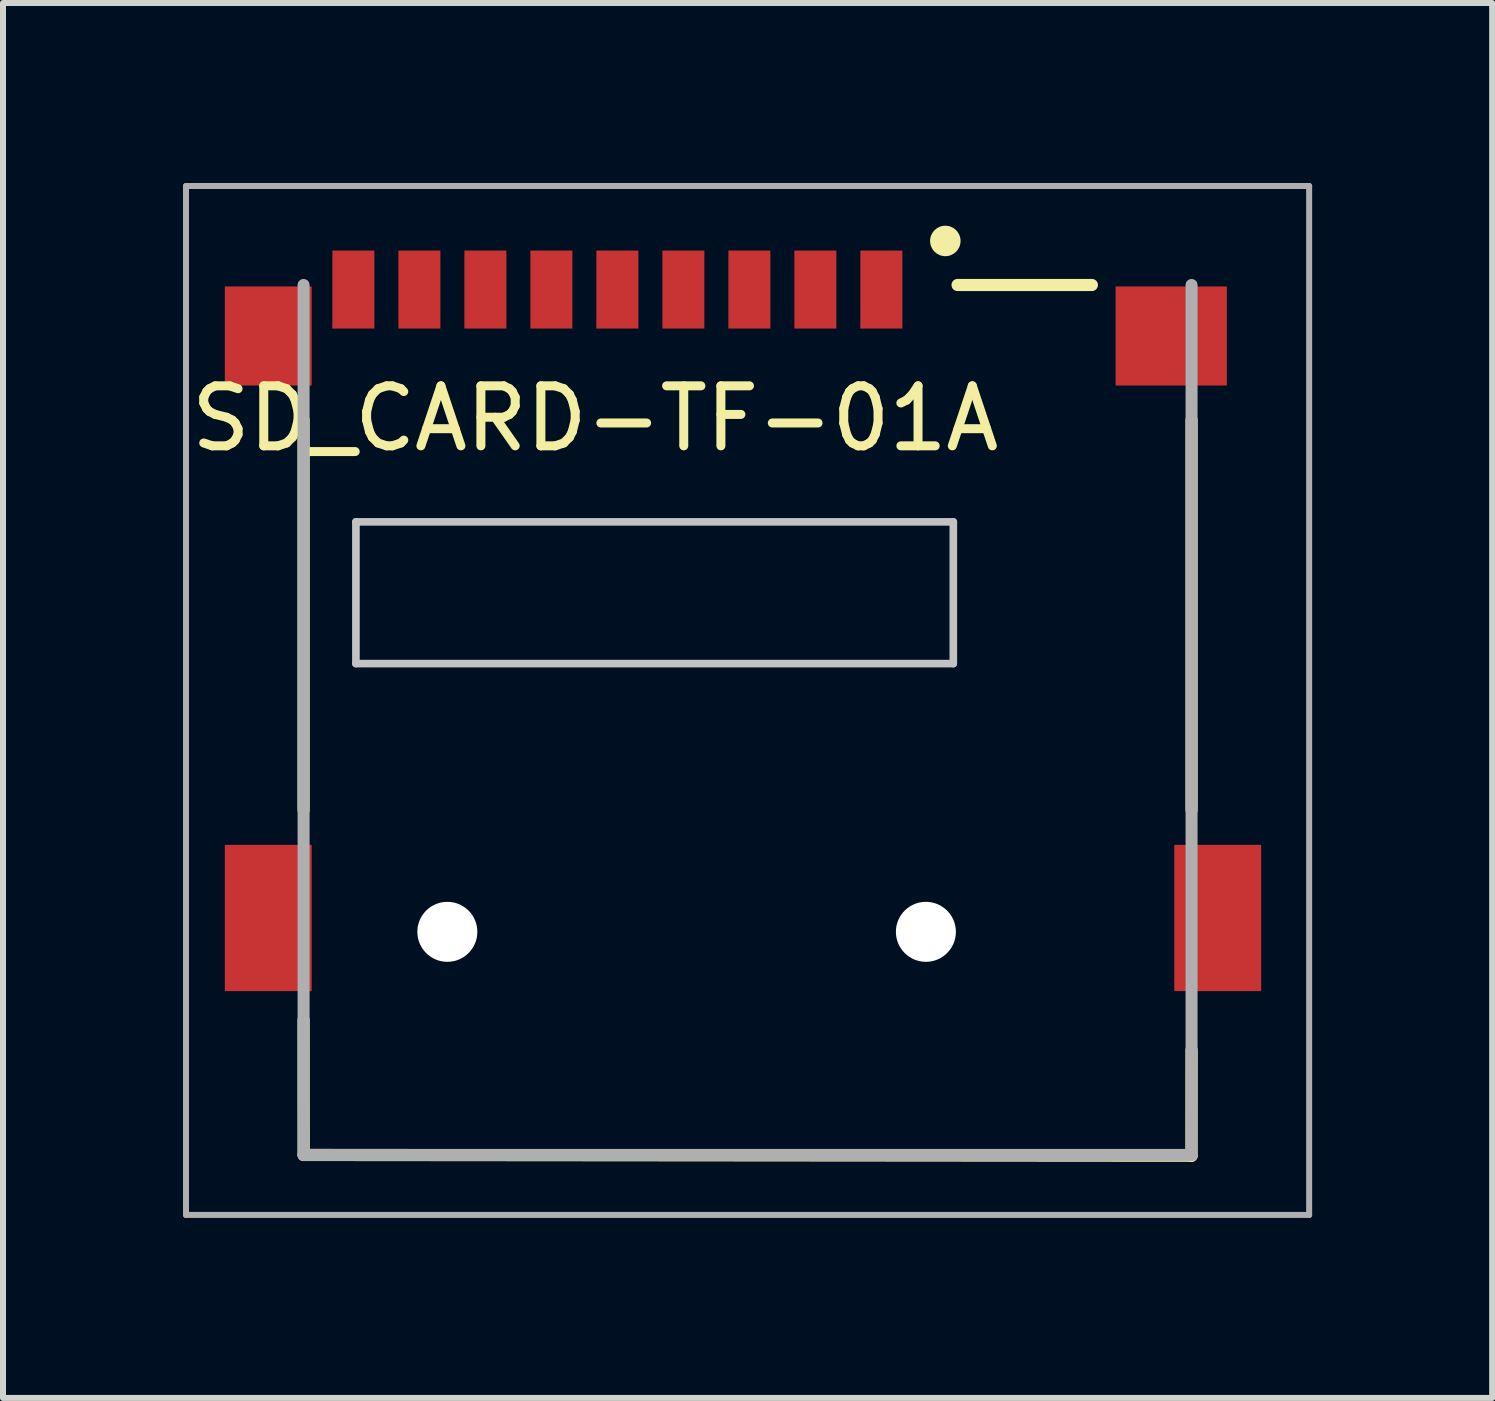
<source format=kicad_pcb>
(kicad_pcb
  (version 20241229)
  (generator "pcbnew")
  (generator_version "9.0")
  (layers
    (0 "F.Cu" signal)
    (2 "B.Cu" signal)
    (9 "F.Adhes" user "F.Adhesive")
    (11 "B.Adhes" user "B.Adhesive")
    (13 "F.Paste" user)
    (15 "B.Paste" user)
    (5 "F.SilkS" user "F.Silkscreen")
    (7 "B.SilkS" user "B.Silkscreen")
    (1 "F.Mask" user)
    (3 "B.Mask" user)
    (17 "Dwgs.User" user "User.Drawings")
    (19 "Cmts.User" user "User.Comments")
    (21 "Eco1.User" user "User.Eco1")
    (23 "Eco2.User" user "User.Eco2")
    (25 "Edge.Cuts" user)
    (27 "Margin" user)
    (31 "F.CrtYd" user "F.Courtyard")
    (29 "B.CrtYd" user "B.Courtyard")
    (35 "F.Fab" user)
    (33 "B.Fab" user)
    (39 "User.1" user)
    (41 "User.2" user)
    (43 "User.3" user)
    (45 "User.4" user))
  (footprint "SD_CARD-TF-01A"
    (layer "F.Cu")
    (at 9.41 8.95)
    (property "Reference" "SD_CARD-TF-01A" (at -2.54 -5.024 0) (layer "F.SilkS") (effects (font (size 1 1) (thickness 0.15))))
    (attr smd)
    (fp_line (start -7.4 -5) (end -7.4 1.5) (stroke (width 0.203) (type solid)) (layer "F.SilkS"))
    (fp_line (start -7.4 5) (end -7.399 7.25) (stroke (width 0.203) (type solid)) (layer "F.SilkS"))
    (fp_line (start -7.399 7.25) (end 7.399 7.263) (stroke (width 0.203) (type solid)) (layer "F.SilkS"))
    (fp_line (start 3.5 -7.25) (end 5.738 -7.25) (stroke (width 0.203) (type solid)) (layer "F.SilkS"))
    (fp_line (start 7.399 7.263) (end 7.4 5.5) (stroke (width 0.203) (type solid)) (layer "F.SilkS"))
    (fp_line (start 7.4 1.5) (end 7.4 -5) (stroke (width 0.203) (type solid)) (layer "F.SilkS"))
    (fp_circle (center 3.296 -7.984) (end 3.55 -7.984) (stroke (width 0) (type solid)) (fill yes) (layer "F.SilkS"))
    (fp_line (start -6.528 -3.302) (end -6.528 -0.94) (stroke (width 0.127) (type solid)) (layer "Dwgs.User"))
    (fp_line (start -6.528 -0.94) (end 3.429 -0.94) (stroke (width 0.127) (type solid)) (layer "Dwgs.User"))
    (fp_line (start 3.429 -3.302) (end -6.528 -3.302) (stroke (width 0.127) (type solid)) (layer "Dwgs.User"))
    (fp_line (start 3.429 -0.94) (end 3.429 -3.302) (stroke (width 0.127) (type solid)) (layer "Dwgs.User"))
    (fp_line (start -9.36 -8.9) (end 9.36 -8.9) (stroke (width 0.1) (type solid)) (layer "F.Fab"))
    (fp_line (start -9.36 8.25) (end -9.36 -8.9) (stroke (width 0.1) (type solid)) (layer "F.Fab"))
    (fp_line (start -7.4 7.25) (end -7.4 -7.25) (stroke (width 0.2) (type solid)) (layer "F.Fab"))
    (fp_line (start 7.4 -7.25) (end 7.4 7.25) (stroke (width 0.2) (type solid)) (layer "F.Fab"))
    (fp_line (start 7.4 7.25) (end -7.4 7.25) (stroke (width 0.2) (type solid)) (layer "F.Fab"))
    (fp_line (start 9.36 -8.9) (end 9.36 8.25) (stroke (width 0.1) (type solid)) (layer "F.Fab"))
    (fp_line (start 9.36 8.25) (end -9.36 8.25) (stroke (width 0.1) (type solid)) (layer "F.Fab"))
    (pad "" np_thru_hole circle (at -5.004 3.531) (size 1 1) (drill 1) (layers "*.Cu" "*.Mask"))
    (pad "" np_thru_hole circle (at 2.972 3.531) (size 1 1) (drill 1) (layers "*.Cu" "*.Mask"))
    (pad "1" smd rect (at 2.23 -7.174 90) (size 1.3 0.7) (layers "F.Cu" "F.Mask" "F.Paste"))
    (pad "2" smd rect (at 1.13 -7.174 90) (size 1.3 0.7) (layers "F.Cu" "F.Mask" "F.Paste"))
    (pad "3" smd rect (at 0.03 -7.174 90) (size 1.3 0.7) (layers "F.Cu" "F.Mask" "F.Paste"))
    (pad "4" smd rect (at -1.07 -7.174 90) (size 1.3 0.7) (layers "F.Cu" "F.Mask" "F.Paste"))
    (pad "5" smd rect (at -2.17 -7.174 90) (size 1.3 0.7) (layers "F.Cu" "F.Mask" "F.Paste"))
    (pad "6" smd rect (at -3.27 -7.174 90) (size 1.3 0.7) (layers "F.Cu" "F.Mask" "F.Paste"))
    (pad "7" smd rect (at -4.37 -7.174 90) (size 1.3 0.7) (layers "F.Cu" "F.Mask" "F.Paste"))
    (pad "8" smd rect (at -5.47 -7.174 90) (size 1.3 0.7) (layers "F.Cu" "F.Mask" "F.Paste"))
    (pad "CD1" smd rect (at -6.57 -7.174 90) (size 1.3 0.7) (layers "F.Cu" "F.Mask" "F.Paste"))
    (pad "MP1" smd rect (at -7.989 -6.4 90) (size 1.651 1.448) (layers "F.Cu" "F.Mask" "F.Paste"))
    (pad "MP2" smd rect (at -7.989 3.3 90) (size 2.438 1.448) (layers "F.Cu" "F.Mask" "F.Paste"))
    (pad "MP3" smd rect (at 7.836 3.3 90) (size 2.438 1.448) (layers "F.Cu" "F.Mask" "F.Paste"))
    (pad "MP4" smd rect (at 7.061 -6.4 90) (size 1.651 1.854) (layers "F.Cu" "F.Mask" "F.Paste")))
  (gr_rect
    (start -3 -3)
    (end 21.82 20.25)
    (stroke (width 0.1) (type default))
    (fill no)
    (layer "Edge.Cuts")))
</source>
